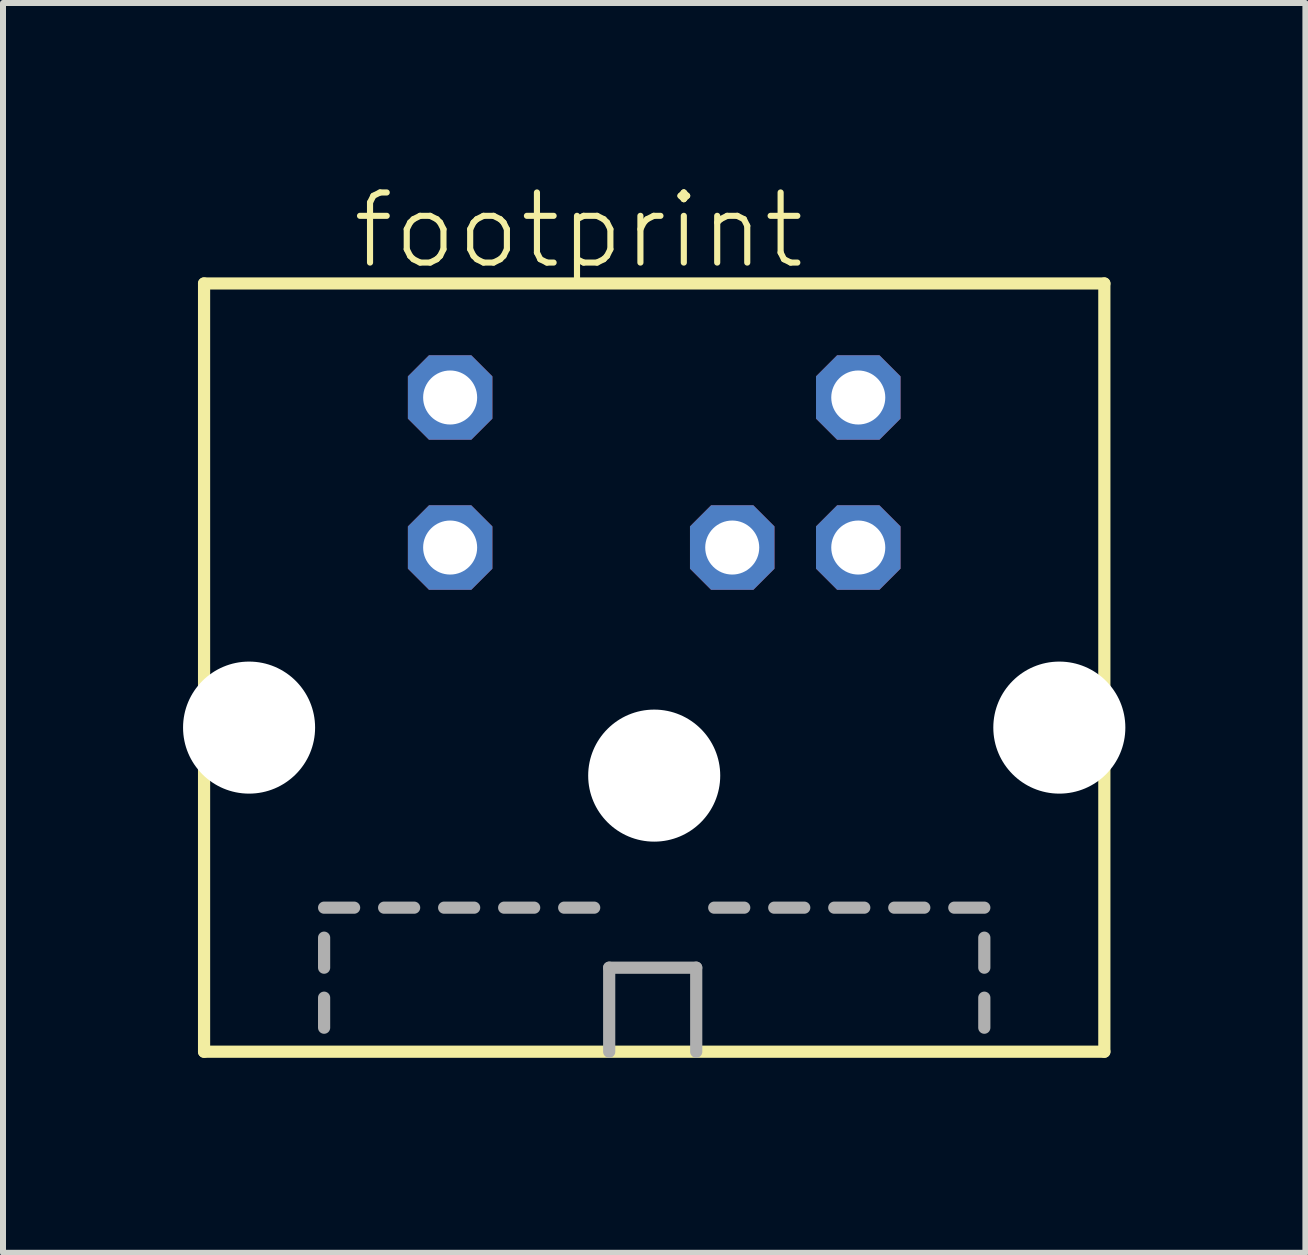
<source format=kicad_pcb>
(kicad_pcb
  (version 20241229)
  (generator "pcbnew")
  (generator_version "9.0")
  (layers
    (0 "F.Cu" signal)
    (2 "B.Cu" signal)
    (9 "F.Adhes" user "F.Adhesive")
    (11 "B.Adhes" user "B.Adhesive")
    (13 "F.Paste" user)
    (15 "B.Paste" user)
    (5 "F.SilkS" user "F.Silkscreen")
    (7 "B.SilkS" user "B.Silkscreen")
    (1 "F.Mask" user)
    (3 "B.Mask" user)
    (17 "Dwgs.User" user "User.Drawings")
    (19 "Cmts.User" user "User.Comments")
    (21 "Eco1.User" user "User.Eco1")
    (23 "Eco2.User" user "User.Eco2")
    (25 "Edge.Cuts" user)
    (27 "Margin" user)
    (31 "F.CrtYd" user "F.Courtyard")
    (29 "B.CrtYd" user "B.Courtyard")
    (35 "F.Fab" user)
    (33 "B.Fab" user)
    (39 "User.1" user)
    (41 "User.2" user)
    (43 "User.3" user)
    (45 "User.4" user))
  (footprint "footprint"
    (layer "F.Cu")
    (at 7.85 14.573)
    (property "Reference" "footprint" (at -5.08 -13.1 0) (layer "F.SilkS") (effects (font (size 1.168 1.168) (thickness 0.102)) (justify left bottom)))
    (fp_line (start -7.5 -12.9) (end -7.5 -0.1) (stroke (width 0.203) (type solid)) (layer "F.SilkS"))
    (fp_line (start -7.5 -0.1) (end 7.5 -0.1) (stroke (width 0.203) (type solid)) (layer "F.SilkS"))
    (fp_line (start 7.5 -12.9) (end -7.5 -12.9) (stroke (width 0.203) (type solid)) (layer "F.SilkS"))
    (fp_line (start 7.5 -0.1) (end 7.5 -12.9) (stroke (width 0.203) (type solid)) (layer "F.SilkS"))
    (fp_line (start -5.5 -2.5) (end -5 -2.5) (stroke (width 0.203) (type solid)) (layer "F.Fab"))
    (fp_line (start -5.5 -1.5) (end -5.5 -2) (stroke (width 0.203) (type solid)) (layer "F.Fab"))
    (fp_line (start -5.5 -0.5) (end -5.5 -1) (stroke (width 0.203) (type solid)) (layer "F.Fab"))
    (fp_line (start -4.5 -2.5) (end -4 -2.5) (stroke (width 0.203) (type solid)) (layer "F.Fab"))
    (fp_line (start -3.5 -2.5) (end -3 -2.5) (stroke (width 0.203) (type solid)) (layer "F.Fab"))
    (fp_line (start -2.5 -2.5) (end -2 -2.5) (stroke (width 0.203) (type solid)) (layer "F.Fab"))
    (fp_line (start -1.5 -2.5) (end -1 -2.5) (stroke (width 0.203) (type solid)) (layer "F.Fab"))
    (fp_line (start -0.75 -1.5) (end 0.7 -1.5) (stroke (width 0.203) (type solid)) (layer "F.Fab"))
    (fp_line (start -0.75 -0.1) (end -0.75 -1.5) (stroke (width 0.203) (type solid)) (layer "F.Fab"))
    (fp_line (start 0.7 -1.5) (end 0.7 -0.1) (stroke (width 0.203) (type solid)) (layer "F.Fab"))
    (fp_line (start 1 -2.5) (end 1.5 -2.5) (stroke (width 0.203) (type solid)) (layer "F.Fab"))
    (fp_line (start 2 -2.5) (end 2.5 -2.5) (stroke (width 0.203) (type solid)) (layer "F.Fab"))
    (fp_line (start 3 -2.5) (end 3.5 -2.5) (stroke (width 0.203) (type solid)) (layer "F.Fab"))
    (fp_line (start 4 -2.5) (end 4.5 -2.5) (stroke (width 0.203) (type solid)) (layer "F.Fab"))
    (fp_line (start 5 -2.5) (end 5.5 -2.5) (stroke (width 0.203) (type solid)) (layer "F.Fab"))
    (fp_line (start 5.5 -1.5) (end 5.5 -2) (stroke (width 0.203) (type solid)) (layer "F.Fab"))
    (fp_line (start 5.5 -0.5) (end 5.5 -1) (stroke (width 0.203) (type solid)) (layer "F.Fab"))
    (pad "" np_thru_hole circle (at -6.75 -5.5) (size 2.2 2.2) (drill 2.2) (layers "*.Cu" "*.Mask"))
    (pad "" np_thru_hole circle (at 0 -4.7) (size 2.2 2.2) (drill 2.2) (layers "*.Cu" "*.Mask"))
    (pad "" np_thru_hole circle (at 6.75 -5.5) (size 2.2 2.2) (drill 2.2) (layers "*.Cu" "*.Mask"))
    (pad "1" thru_hole roundrect (at 1.3 -8.5) (size 1.408 1.408) (drill 0.9) (layers "*.Cu" "*.Mask") (roundrect_rratio 0.25) (chamfer_ratio 0.25) (chamfer top_left top_right bottom_left bottom_right))
    (pad "2" thru_hole roundrect (at 3.4 -8.5) (size 1.408 1.408) (drill 0.9) (layers "*.Cu" "*.Mask") (roundrect_rratio 0.25) (chamfer_ratio 0.25) (chamfer top_left top_right bottom_left bottom_right))
    (pad "3" thru_hole roundrect (at -3.4 -8.5) (size 1.408 1.408) (drill 0.9) (layers "*.Cu" "*.Mask") (roundrect_rratio 0.25) (chamfer_ratio 0.25) (chamfer top_left top_right bottom_left bottom_right))
    (pad "4" thru_hole roundrect (at 3.4 -11) (size 1.408 1.408) (drill 0.9) (layers "*.Cu" "*.Mask") (roundrect_rratio 0.25) (chamfer_ratio 0.25) (chamfer top_left top_right bottom_left bottom_right))
    (pad "5" thru_hole roundrect (at -3.4 -11) (size 1.408 1.408) (drill 0.9) (layers "*.Cu" "*.Mask") (roundrect_rratio 0.25) (chamfer_ratio 0.25) (chamfer top_left top_right bottom_left bottom_right)))
  (gr_rect
    (start -3 -3)
    (end 18.7 17.823)
    (stroke (width 0.1) (type default))
    (fill no)
    (layer "Edge.Cuts")))
</source>
